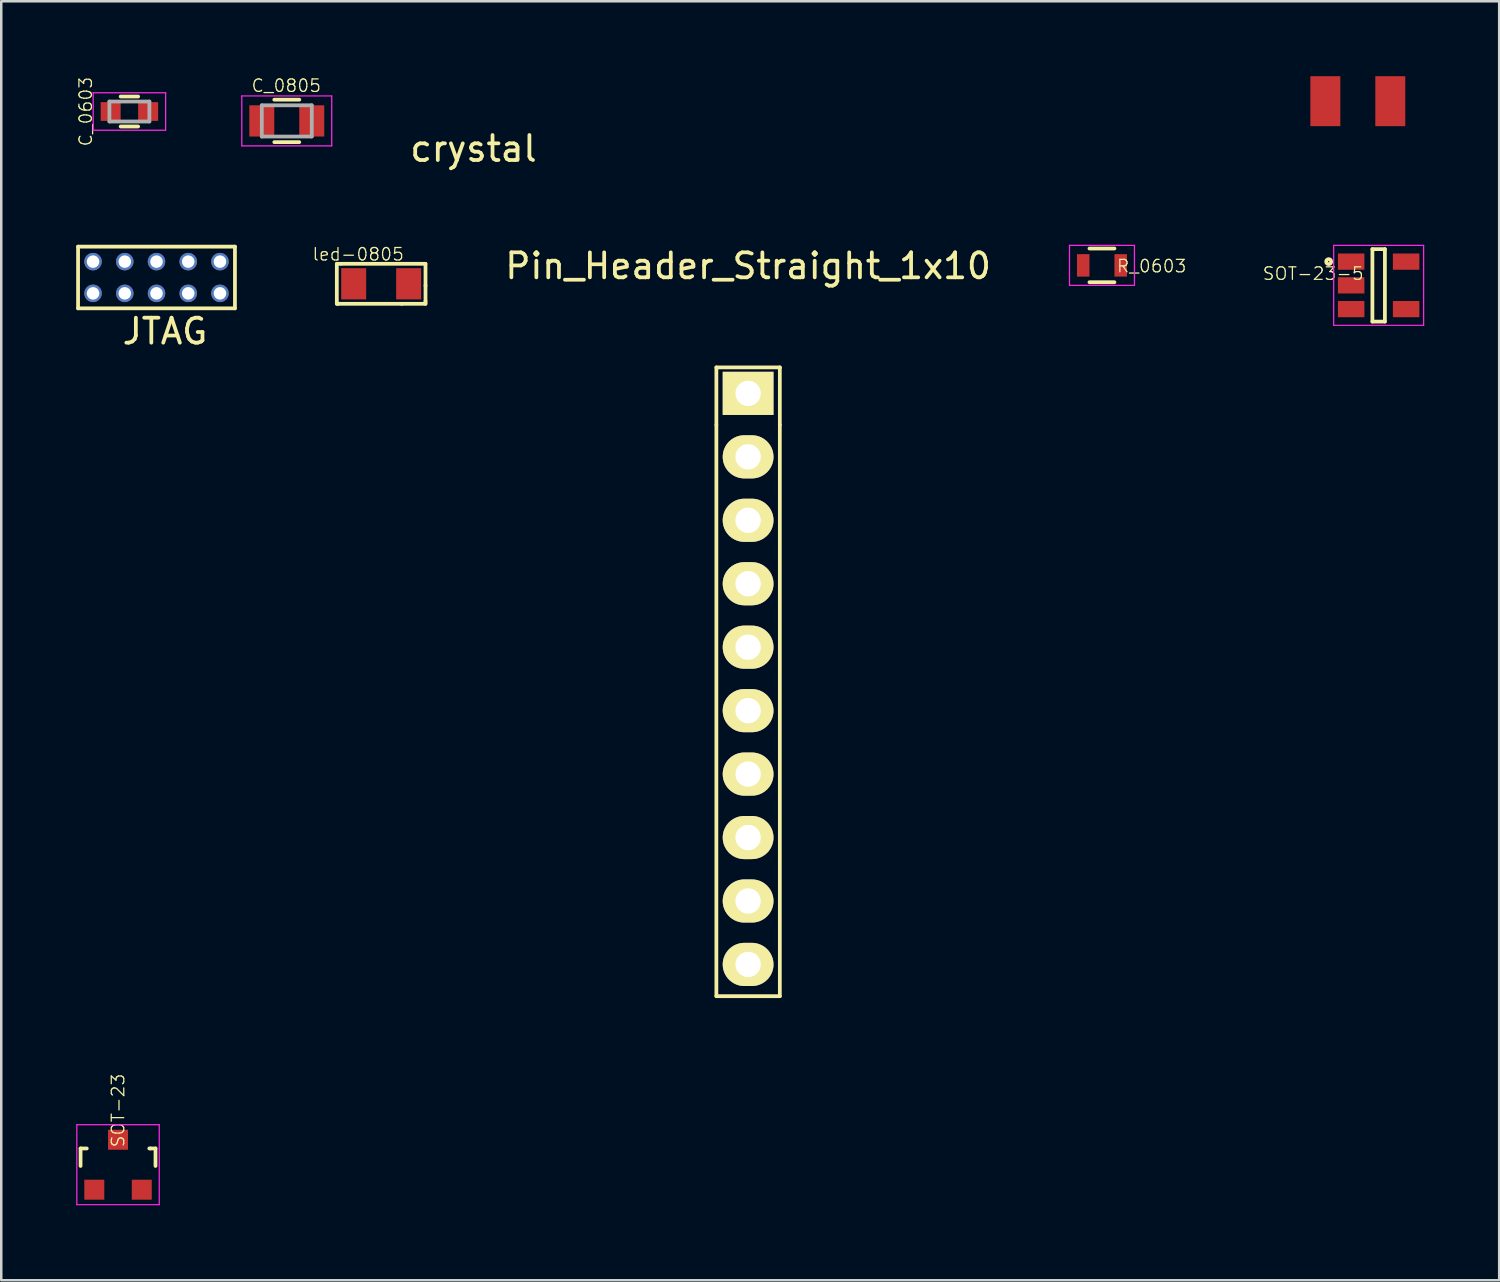
<source format=kicad_pcb>
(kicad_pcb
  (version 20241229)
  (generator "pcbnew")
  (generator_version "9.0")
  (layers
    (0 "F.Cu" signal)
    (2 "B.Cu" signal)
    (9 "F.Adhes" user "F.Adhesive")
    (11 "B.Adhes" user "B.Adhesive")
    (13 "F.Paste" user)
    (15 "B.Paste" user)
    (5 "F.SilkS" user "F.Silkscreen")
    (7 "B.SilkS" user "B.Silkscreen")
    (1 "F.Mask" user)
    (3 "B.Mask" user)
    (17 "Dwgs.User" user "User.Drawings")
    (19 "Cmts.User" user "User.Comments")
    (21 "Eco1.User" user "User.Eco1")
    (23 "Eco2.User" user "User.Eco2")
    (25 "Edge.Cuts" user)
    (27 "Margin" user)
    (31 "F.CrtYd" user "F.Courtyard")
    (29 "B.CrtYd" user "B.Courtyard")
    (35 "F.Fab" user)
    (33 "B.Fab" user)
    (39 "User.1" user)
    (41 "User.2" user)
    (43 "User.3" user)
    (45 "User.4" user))
  (footprint "SOT-23-5"
    (layer "F.Cu")
    (at 52.138 8.373)
    (property "Reference" "SOT-23-5" (at -2.62 -0.47 0) (layer "F.SilkS") (effects (font (size 0.5 0.5) (thickness 0.05))))
    (attr smd)
    (fp_line (start -0.25 -1.45) (end -0.25 1.45) (stroke (width 0.15) (type solid)) (layer "F.SilkS"))
    (fp_line (start -0.25 1.45) (end 0.25 1.45) (stroke (width 0.15) (type solid)) (layer "F.SilkS"))
    (fp_line (start 0.25 -1.45) (end -0.25 -1.45) (stroke (width 0.15) (type solid)) (layer "F.SilkS"))
    (fp_line (start 0.25 1.45) (end 0.25 -1.45) (stroke (width 0.15) (type solid)) (layer "F.SilkS"))
    (fp_circle (center -2 -0.95) (end -1.9 -0.95) (stroke (width 0.15) (type solid)) (fill no) (layer "F.SilkS"))
    (fp_line (start -1.8 -1.6) (end 1.8 -1.6) (stroke (width 0.05) (type solid)) (layer "F.CrtYd"))
    (fp_line (start -1.8 1.6) (end -1.8 -1.6) (stroke (width 0.05) (type solid)) (layer "F.CrtYd"))
    (fp_line (start 1.8 -1.6) (end 1.8 1.6) (stroke (width 0.05) (type solid)) (layer "F.CrtYd"))
    (fp_line (start 1.8 1.6) (end -1.8 1.6) (stroke (width 0.05) (type solid)) (layer "F.CrtYd"))
    (pad "1" smd rect (at -1.1 -0.95) (size 1.06 0.65) (layers "F.Cu" "F.Mask" "F.Paste"))
    (pad "2" smd rect (at -1.1 0) (size 1.06 0.65) (layers "F.Cu" "F.Mask" "F.Paste"))
    (pad "3" smd rect (at -1.1 0.95) (size 1.06 0.65) (layers "F.Cu" "F.Mask" "F.Paste"))
    (pad "4" smd rect (at 1.1 0.95) (size 1.06 0.65) (layers "F.Cu" "F.Mask" "F.Paste"))
    (pad "5" smd rect (at 1.1 -0.95) (size 1.06 0.65) (layers "F.Cu" "F.Mask" "F.Paste")))
  (footprint "crystal"
    (layer "F.Cu")
    (at 51.304 1)
    (property "Reference" "crystal" (at -35.4 1.9 0) (layer "F.SilkS") (effects (font (size 1 1) (thickness 0.15))))
    (attr through_hole)
    (pad "1" smd rect (at -1.3 0) (size 1.2 2) (layers "F.Cu" "F.Mask" "F.Paste"))
    (pad "2" smd rect (at 1.3 0) (size 1.2 2) (layers "F.Cu" "F.Mask" "F.Paste")))
  (footprint "C_0805"
    (layer "F.Cu")
    (at 8.43 1.79)
    (property "Reference" "C_0805" (at -0.02 -1.41 180) (layer "F.SilkS") (effects (font (size 0.5 0.5) (thickness 0.05))))
    (attr smd)
    (fp_line (start -0.5 0.85) (end 0.5 0.85) (stroke (width 0.15) (type solid)) (layer "F.SilkS"))
    (fp_line (start 0.5 -0.85) (end -0.5 -0.85) (stroke (width 0.15) (type solid)) (layer "F.SilkS"))
    (fp_line (start -1.8 -1) (end -1.8 1) (stroke (width 0.05) (type solid)) (layer "F.CrtYd"))
    (fp_line (start -1.8 -1) (end 1.8 -1) (stroke (width 0.05) (type solid)) (layer "F.CrtYd"))
    (fp_line (start -1.8 1) (end 1.8 1) (stroke (width 0.05) (type solid)) (layer "F.CrtYd"))
    (fp_line (start 1.8 -1) (end 1.8 1) (stroke (width 0.05) (type solid)) (layer "F.CrtYd"))
    (fp_line (start -1 -0.625) (end 1 -0.625) (stroke (width 0.15) (type solid)) (layer "F.Fab"))
    (fp_line (start -1 0.625) (end -1 -0.625) (stroke (width 0.15) (type solid)) (layer "F.Fab"))
    (fp_line (start 1 -0.625) (end 1 0.625) (stroke (width 0.15) (type solid)) (layer "F.Fab"))
    (fp_line (start 1 0.625) (end -1 0.625) (stroke (width 0.15) (type solid)) (layer "F.Fab"))
    (pad "1" smd rect (at -1 0) (size 1 1.25) (layers "F.Cu" "F.Mask" "F.Paste"))
    (pad "2" smd rect (at 1 0) (size 1 1.25) (layers "F.Cu" "F.Mask" "F.Paste")))
  (footprint "C_0603"
    (layer "F.Cu")
    (at 2.13 1.414)
    (property "Reference" "C_0603" (at -1.75 0.004 90) (layer "F.SilkS") (effects (font (size 0.5 0.5) (thickness 0.05))))
    (attr smd)
    (fp_line (start -0.35 -0.6) (end 0.35 -0.6) (stroke (width 0.15) (type solid)) (layer "F.SilkS"))
    (fp_line (start 0.35 0.6) (end -0.35 0.6) (stroke (width 0.15) (type solid)) (layer "F.SilkS"))
    (fp_line (start -1.45 -0.75) (end -1.45 0.75) (stroke (width 0.05) (type solid)) (layer "F.CrtYd"))
    (fp_line (start -1.45 -0.75) (end 1.45 -0.75) (stroke (width 0.05) (type solid)) (layer "F.CrtYd"))
    (fp_line (start -1.45 0.75) (end 1.45 0.75) (stroke (width 0.05) (type solid)) (layer "F.CrtYd"))
    (fp_line (start 1.45 -0.75) (end 1.45 0.75) (stroke (width 0.05) (type solid)) (layer "F.CrtYd"))
    (fp_line (start -0.8 -0.4) (end 0.8 -0.4) (stroke (width 0.15) (type solid)) (layer "F.Fab"))
    (fp_line (start -0.8 0.4) (end -0.8 -0.4) (stroke (width 0.15) (type solid)) (layer "F.Fab"))
    (fp_line (start 0.8 -0.4) (end 0.8 0.4) (stroke (width 0.15) (type solid)) (layer "F.Fab"))
    (fp_line (start 0.8 0.4) (end -0.8 0.4) (stroke (width 0.15) (type solid)) (layer "F.Fab"))
    (pad "1" smd rect (at -0.75 0) (size 0.8 0.75) (layers "F.Cu" "F.Mask" "F.Paste"))
    (pad "2" smd rect (at 0.75 0) (size 0.8 0.75) (layers "F.Cu" "F.Mask" "F.Paste")))
  (footprint "SOT-23"
    (layer "F.Cu")
    (at 1.675 43.573)
    (property "Reference" "SOT-23" (at 0 -2.17 90) (layer "F.SilkS") (effects (font (size 0.5 0.5) (thickness 0.05))))
    (attr smd)
    (fp_line (start -1.5 -0.65) (end -1.251 -0.65) (stroke (width 0.15) (type solid)) (layer "F.SilkS"))
    (fp_line (start -1.5 0.051) (end -1.5 -0.65) (stroke (width 0.15) (type solid)) (layer "F.SilkS"))
    (fp_line (start 1.299 -0.65) (end 1.251 -0.65) (stroke (width 0.15) (type solid)) (layer "F.SilkS"))
    (fp_line (start 1.299 -0.65) (end 1.5 -0.65) (stroke (width 0.15) (type solid)) (layer "F.SilkS"))
    (fp_line (start 1.5 -0.65) (end 1.5 0.051) (stroke (width 0.15) (type solid)) (layer "F.SilkS"))
    (fp_line (start -1.65 -1.6) (end 1.65 -1.6) (stroke (width 0.05) (type solid)) (layer "F.CrtYd"))
    (fp_line (start -1.65 1.6) (end -1.65 -1.6) (stroke (width 0.05) (type solid)) (layer "F.CrtYd"))
    (fp_line (start 1.65 -1.6) (end 1.65 1.6) (stroke (width 0.05) (type solid)) (layer "F.CrtYd"))
    (fp_line (start 1.65 1.6) (end -1.65 1.6) (stroke (width 0.05) (type solid)) (layer "F.CrtYd"))
    (pad "1" smd rect (at -0.95 1.001) (size 0.8 0.8) (layers "F.Cu" "F.Mask" "F.Paste"))
    (pad "2" smd rect (at 0.95 1.001) (size 0.8 0.8) (layers "F.Cu" "F.Mask" "F.Paste"))
    (pad "3" smd rect (at 0 -0.998) (size 0.8 0.8) (layers "F.Cu" "F.Mask" "F.Paste")))
  (footprint "Pin_Header_Straight_1x10"
    (layer "F.Cu")
    (at 26.897 12.697)
    (property "Reference" "Pin_Header_Straight_1x10" (at 0 -5.1 0) (layer "F.SilkS") (effects (font (size 1 1) (thickness 0.15))))
    (attr through_hole)
    (fp_line (start -1.27 -1.04) (end 1.27 -1.04) (stroke (width 0.15) (type solid)) (layer "F.SilkS"))
    (fp_line (start -1.27 1.25) (end -1.27 -1.04) (stroke (width 0.15) (type solid)) (layer "F.SilkS"))
    (fp_line (start -1.27 24.13) (end -1.27 1.27) (stroke (width 0.15) (type solid)) (layer "F.SilkS"))
    (fp_line (start 1.27 -1.04) (end 1.27 -1.03) (stroke (width 0.15) (type solid)) (layer "F.SilkS"))
    (fp_line (start 1.27 1.26) (end 1.27 -1.01) (stroke (width 0.15) (type solid)) (layer "F.SilkS"))
    (fp_line (start 1.27 1.27) (end 1.27 24.13) (stroke (width 0.15) (type solid)) (layer "F.SilkS"))
    (fp_line (start 1.27 24.13) (end -1.27 24.13) (stroke (width 0.15) (type solid)) (layer "F.SilkS"))
    (pad "1" thru_hole rect (at 0 0) (size 2.032 1.727) (drill 1.016) (layers "*.Cu" "*.Mask" "F.SilkS"))
    (pad "2" thru_hole oval (at 0 2.54) (size 2.032 1.727) (drill 1.016) (layers "*.Cu" "*.Mask" "F.SilkS"))
    (pad "3" thru_hole oval (at 0 5.08) (size 2.032 1.727) (drill 1.016) (layers "*.Cu" "*.Mask" "F.SilkS"))
    (pad "4" thru_hole oval (at 0 7.62) (size 2.032 1.727) (drill 1.016) (layers "*.Cu" "*.Mask" "F.SilkS"))
    (pad "5" thru_hole oval (at 0 10.16) (size 2.032 1.727) (drill 1.016) (layers "*.Cu" "*.Mask" "F.SilkS"))
    (pad "6" thru_hole oval (at 0 12.7) (size 2.032 1.727) (drill 1.016) (layers "*.Cu" "*.Mask" "F.SilkS"))
    (pad "7" thru_hole oval (at 0 15.24) (size 2.032 1.727) (drill 1.016) (layers "*.Cu" "*.Mask" "F.SilkS"))
    (pad "8" thru_hole oval (at 0 17.78) (size 2.032 1.727) (drill 1.016) (layers "*.Cu" "*.Mask" "F.SilkS"))
    (pad "9" thru_hole oval (at 0 20.32) (size 2.032 1.727) (drill 1.016) (layers "*.Cu" "*.Mask" "F.SilkS"))
    (pad "10" thru_hole oval (at 0 22.86) (size 2.032 1.727) (drill 1.016) (layers "*.Cu" "*.Mask" "F.SilkS")))
  (footprint "R_0603"
    (layer "F.Cu")
    (at 41.062 7.573)
    (property "Reference" "R_0603" (at 1.99 0.03 0) (layer "F.SilkS") (effects (font (size 0.5 0.5) (thickness 0.05))))
    (attr smd)
    (fp_line (start -0.5 -0.675) (end 0.5 -0.675) (stroke (width 0.15) (type solid)) (layer "F.SilkS"))
    (fp_line (start 0.5 0.675) (end -0.5 0.675) (stroke (width 0.15) (type solid)) (layer "F.SilkS"))
    (fp_line (start -1.3 -0.8) (end -1.3 0.8) (stroke (width 0.05) (type solid)) (layer "F.CrtYd"))
    (fp_line (start -1.3 -0.8) (end 1.3 -0.8) (stroke (width 0.05) (type solid)) (layer "F.CrtYd"))
    (fp_line (start -1.3 0.8) (end 1.3 0.8) (stroke (width 0.05) (type solid)) (layer "F.CrtYd"))
    (fp_line (start 1.3 -0.8) (end 1.3 0.8) (stroke (width 0.05) (type solid)) (layer "F.CrtYd"))
    (pad "1" smd rect (at -0.75 0) (size 0.5 0.9) (layers "F.Cu" "F.Mask" "F.Paste"))
    (pad "2" smd rect (at 0.75 0) (size 0.5 0.9) (layers "F.Cu" "F.Mask" "F.Paste")))
  (footprint "led-0805"
    (layer "F.Cu")
    (at 12.208 8.311)
    (property "Reference" "led-0805" (at -0.92 -1.182 180) (layer "F.SilkS") (effects (font (size 0.5 0.5) (thickness 0.05))))
    (attr through_hole)
    (fp_line (start -1.775 -0.8) (end -1.625 -0.8) (stroke (width 0.15) (type solid)) (layer "F.SilkS"))
    (fp_line (start -1.775 0.8) (end -1.775 -0.8) (stroke (width 0.15) (type solid)) (layer "F.SilkS"))
    (fp_line (start -1.725 0.8) (end -1.775 0.8) (stroke (width 0.15) (type solid)) (layer "F.SilkS"))
    (fp_line (start -1.6 -0.8) (end 1.775 -0.8) (stroke (width 0.15) (type solid)) (layer "F.SilkS"))
    (fp_line (start 0.825 0.8) (end -1.725 0.8) (stroke (width 0.15) (type solid)) (layer "F.SilkS"))
    (fp_line (start 1.775 -0.8) (end 1.775 0.075) (stroke (width 0.15) (type solid)) (layer "F.SilkS"))
    (fp_line (start 1.775 0.075) (end 1.775 0.7) (stroke (width 0.15) (type solid)) (layer "F.SilkS"))
    (fp_line (start 1.775 0.7) (end 1.775 0.8) (stroke (width 0.15) (type solid)) (layer "F.SilkS"))
    (fp_line (start 1.775 0.8) (end 0.825 0.8) (stroke (width 0.15) (type solid)) (layer "F.SilkS"))
    (pad "1" smd rect (at -1.1 0) (size 1 1.25) (layers "F.Cu" "F.Mask" "F.Paste"))
    (pad "2" smd rect (at 1.1 0) (size 1 1.25) (layers "F.Cu" "F.Mask" "F.Paste")))
  (footprint "JTAG"
    (layer "F.Cu")
    (at 0.675 7.423)
    (property "Reference" "JTAG" (at 2.88 2.79 0) (layer "F.SilkS") (effects (font (size 1 1) (thickness 0.15))))
    (attr through_hole)
    (fp_line (start -0.6 -0.6) (end 5.68 -0.6) (stroke (width 0.15) (type solid)) (layer "F.SilkS"))
    (fp_line (start -0.6 1.87) (end -0.6 -0.6) (stroke (width 0.15) (type solid)) (layer "F.SilkS"))
    (fp_line (start -0.6 1.87) (end 5.68 1.87) (stroke (width 0.15) (type solid)) (layer "F.SilkS"))
    (fp_line (start 5.68 1.87) (end 5.68 -0.6) (stroke (width 0.15) (type solid)) (layer "F.SilkS"))
    (pad "1" thru_hole circle (at 0 0) (size 0.7 0.7) (drill 0.5) (layers "*.Cu" "*.Mask"))
    (pad "2" thru_hole circle (at 0 1.27) (size 0.7 0.7) (drill 0.5) (layers "*.Cu" "*.Mask"))
    (pad "3" thru_hole circle (at 1.27 0) (size 0.7 0.7) (drill 0.5) (layers "*.Cu" "*.Mask"))
    (pad "4" thru_hole circle (at 1.27 1.27) (size 0.7 0.7) (drill 0.5) (layers "*.Cu" "*.Mask"))
    (pad "5" thru_hole circle (at 2.54 0) (size 0.7 0.7) (drill 0.5) (layers "*.Cu" "*.Mask"))
    (pad "6" thru_hole circle (at 2.54 1.27) (size 0.7 0.7) (drill 0.5) (layers "*.Cu" "*.Mask"))
    (pad "7" thru_hole circle (at 3.81 0) (size 0.7 0.7) (drill 0.5) (layers "*.Cu" "*.Mask"))
    (pad "8" thru_hole circle (at 3.81 1.27) (size 0.7 0.7) (drill 0.5) (layers "*.Cu" "*.Mask"))
    (pad "9" thru_hole circle (at 5.08 0) (size 0.7 0.7) (drill 0.5) (layers "*.Cu" "*.Mask"))
    (pad "10" thru_hole circle (at 5.08 1.27) (size 0.7 0.7) (drill 0.5) (layers "*.Cu" "*.Mask")))
  (gr_rect
    (start -3 -3)
    (end 56.963 48.198)
    (stroke (width 0.1) (type default))
    (fill no)
    (layer "Edge.Cuts")))
</source>
